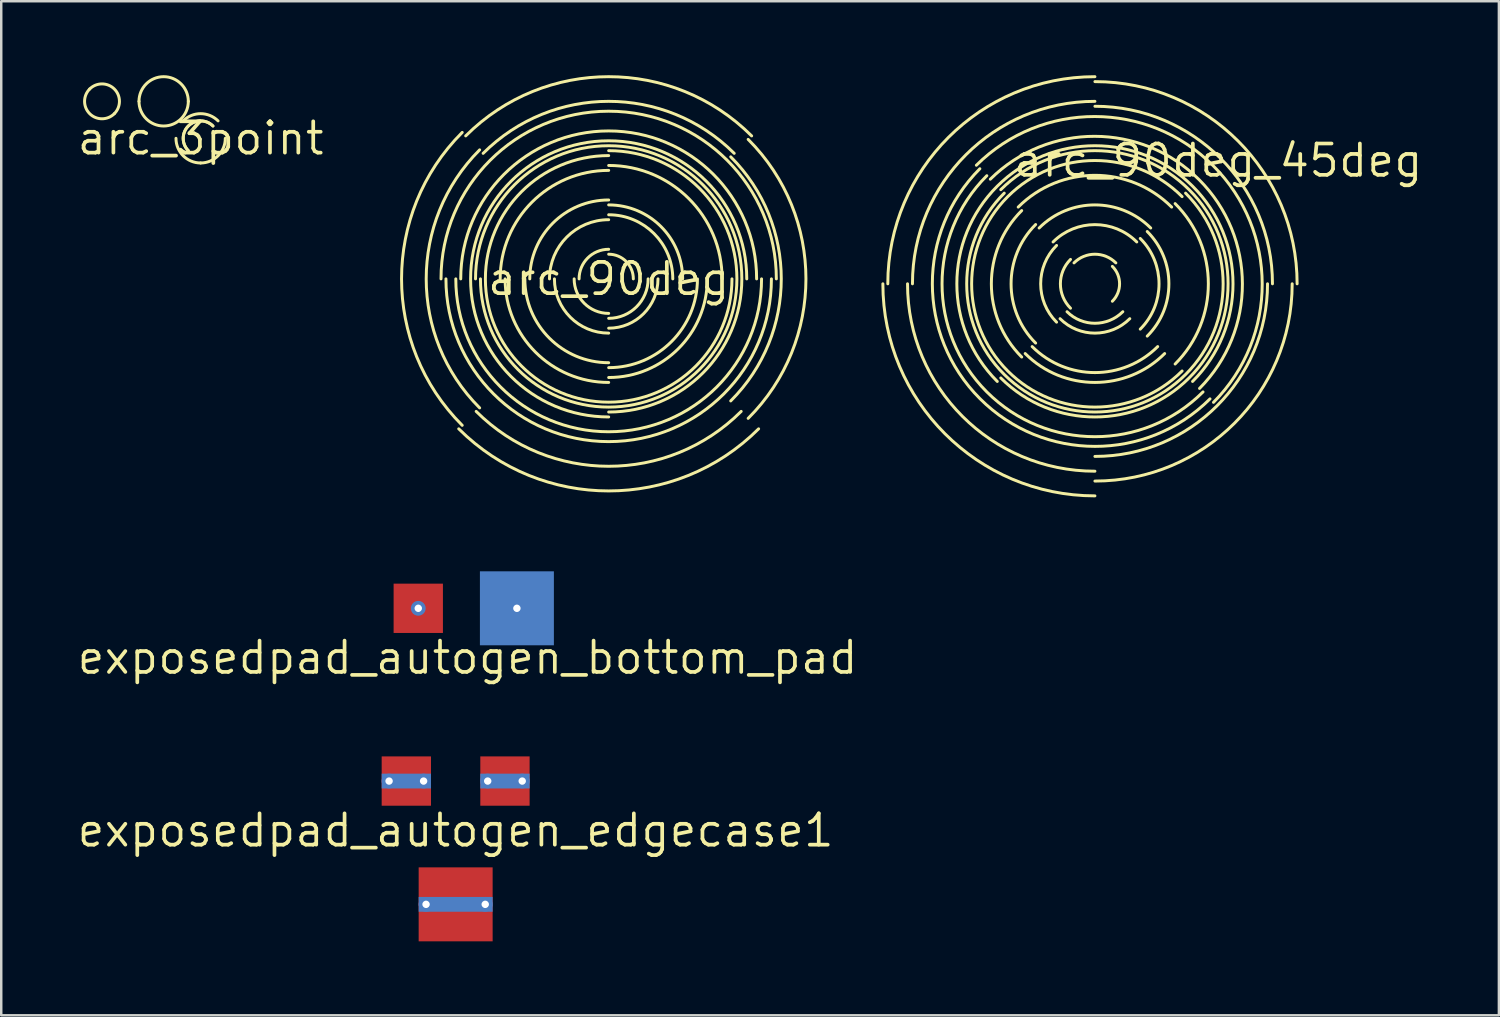
<source format=kicad_pcb>
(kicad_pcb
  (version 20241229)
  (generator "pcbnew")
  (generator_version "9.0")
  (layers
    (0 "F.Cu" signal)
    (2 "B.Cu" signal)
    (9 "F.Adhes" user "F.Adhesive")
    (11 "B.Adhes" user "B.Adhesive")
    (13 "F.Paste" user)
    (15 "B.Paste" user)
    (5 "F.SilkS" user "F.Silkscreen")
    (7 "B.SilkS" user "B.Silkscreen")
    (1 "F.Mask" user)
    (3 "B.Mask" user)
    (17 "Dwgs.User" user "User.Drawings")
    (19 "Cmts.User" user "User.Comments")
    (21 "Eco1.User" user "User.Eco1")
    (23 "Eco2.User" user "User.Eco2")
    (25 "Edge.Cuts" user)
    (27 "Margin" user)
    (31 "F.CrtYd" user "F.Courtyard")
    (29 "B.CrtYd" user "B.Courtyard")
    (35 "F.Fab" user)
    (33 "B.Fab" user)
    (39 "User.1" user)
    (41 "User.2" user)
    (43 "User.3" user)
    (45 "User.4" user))
  (footprint "exposedpad_autogen_edgecase1"
    (layer "F.Cu")
    (at 15.429 30.626)
    (property "Reference" "exposedpad_autogen_edgecase1" (at 0 0 0) (layer "F.SilkS") (effects (font (size 1.27 1.27) (thickness 0.15))))
    (attr smd)
    (pad "" smd custom (at -2 -2.5) (size 0.771 0.771) (layers "F.Paste") (options (anchor circle)) (primitives (gr_poly (pts (xy -0.564 -0.403) (xy 0.564 -0.403) (xy 0.564 0.353) (xy 0.514 0.403) (xy -0.514 0.403) (xy -0.564 0.353)) (width 0) (fill yes))))
    (pad "" smd custom (at -2 -1.5) (size 0.771 0.771) (layers "F.Paste") (options (anchor circle)) (primitives (gr_poly (pts (xy -0.564 -0.353) (xy -0.514 -0.403) (xy 0.514 -0.403) (xy 0.564 -0.353) (xy 0.564 0.403) (xy -0.564 0.403)) (width 0) (fill yes))))
    (pad "" smd rect (at 0 2.5) (size 1.61 0.81) (layers "F.Paste"))
    (pad "" smd rect (at 0 3) (size 2 2) (layers "F.Mask"))
    (pad "" smd rect (at 0 3.5) (size 1.61 0.81) (layers "F.Paste"))
    (pad "" smd custom (at 2 -2.5) (size 0.771 0.771) (layers "F.Paste") (options (anchor circle)) (primitives (gr_poly (pts (xy -0.564 -0.403) (xy 0.564 -0.403) (xy 0.564 0.353) (xy 0.514 0.403) (xy -0.514 0.403) (xy -0.564 0.353)) (width 0) (fill yes))))
    (pad "" smd custom (at 2 -1.5) (size 0.771 0.771) (layers "F.Paste") (options (anchor circle)) (primitives (gr_poly (pts (xy -0.564 -0.353) (xy -0.514 -0.403) (xy 0.514 -0.403) (xy 0.564 -0.353) (xy 0.564 0.403) (xy -0.564 0.403)) (width 0) (fill yes))))
    (pad "3" thru_hole circle (at -2.7 -2) (size 0.6 0.6) (drill 0.3) (property pad_prop_heatsink) (layers "*.Cu"))
    (pad "3" smd rect (at -2 -2) (size 2 0.6) (property pad_prop_heatsink) (layers "B.Cu"))
    (pad "3" smd rect (at -2 -2) (size 2 2) (property pad_prop_heatsink) (layers "F.Cu" "F.Mask"))
    (pad "3" thru_hole circle (at -1.3 -2) (size 0.6 0.6) (drill 0.3) (property pad_prop_heatsink) (layers "*.Cu"))
    (pad "3" thru_hole circle (at -1.2 3) (size 0.6 0.6) (drill 0.3) (property pad_prop_heatsink) (layers "*.Cu"))
    (pad "3" smd rect (at 0 3) (size 3 0.6) (property pad_prop_heatsink) (layers "B.Cu"))
    (pad "3" smd rect (at 0 3) (size 3 3) (property pad_prop_heatsink) (layers "F.Cu"))
    (pad "3" thru_hole circle (at 1.2 3) (size 0.6 0.6) (drill 0.3) (property pad_prop_heatsink) (layers "*.Cu"))
    (pad "3" thru_hole circle (at 1.3 -2) (size 0.6 0.6) (drill 0.3) (property pad_prop_heatsink) (layers "*.Cu"))
    (pad "3" smd rect (at 2 -2) (size 2 0.6) (property pad_prop_heatsink) (layers "B.Cu"))
    (pad "3" smd rect (at 2 -2) (size 2 2) (property pad_prop_heatsink) (layers "F.Cu" "F.Mask"))
    (pad "3" thru_hole circle (at 2.7 -2) (size 0.6 0.6) (drill 0.3) (property pad_prop_heatsink) (layers "*.Cu")))
  (footprint "arc_3point"
    (layer "F.Cu")
    (at 5.087 2.56)
    (property "Reference" "arc_3point" (at 0 0 0) (layer "F.SilkS") (effects (font (size 1.27 1.27) (thickness 0.15))))
    (attr smd)
    (fp_arc (start -4.5 -2) (mid -3.5 -2) (end -3.5 -1) (stroke (width 0.12) (type solid)) (layer "F.SilkS"))
    (fp_arc (start -3.5 -1) (mid -4.5 -1) (end -4.5 -2) (stroke (width 0.12) (type solid)) (layer "F.SilkS"))
    (fp_arc (start -2.5 -1.5) (mid -1.5 -2.5) (end -0.5 -1.5) (stroke (width 0.12) (type solid)) (layer "F.SilkS"))
    (fp_arc (start -0.707107 -0.707107) (mid 0 -1) (end 0.707107 -0.707107) (stroke (width 0.12) (type solid)) (layer "F.SilkS"))
    (fp_arc (start -0.5 -1.5) (mid -1.5 -0.5) (end -2.5 -1.5) (stroke (width 0.12) (type solid)) (layer "F.SilkS"))
    (fp_arc (start -0.5 0.5) (mid -0.5 -0.5) (end 0.5 -0.5) (stroke (width 0.12) (type solid)) (layer "F.SilkS"))
    (fp_arc (start -0.5 0.5) (mid -0.5 -0.5) (end 0.5 -0.5) (stroke (width 0.12) (type solid)) (layer "F.SilkS"))
    (fp_arc (start 0 1) (mid -0.707107 0.707107) (end -1 0) (stroke (width 0.12) (type solid)) (layer "F.SilkS"))
    (fp_arc (start 1 0) (mid 0.707107 0.707107) (end 0 1) (stroke (width 0.12) (type solid)) (layer "F.SilkS")))
  (footprint "arc_90deg"
    (layer "F.Cu")
    (at 21.635 8.26)
    (property "Reference" "arc_90deg" (at 0 0 0) (layer "F.SilkS") (effects (font (size 1.27 1.27) (thickness 0.15))))
    (attr smd)
    (fp_arc (start -6.8 0) (mid 0 -6.8) (end 6.8 0) (stroke (width 0.12) (type solid)) (layer "F.SilkS"))
    (fp_arc (start -6 0) (mid 0 -6) (end 6 0) (stroke (width 0.12) (type solid)) (layer "F.SilkS"))
    (fp_arc (start -5.939697 5.939697) (mid -8.4 0) (end -5.939697 -5.939697) (stroke (width 0.12) (type solid)) (layer "F.SilkS"))
    (fp_arc (start -5.798276 -5.798276) (mid 0 -8.2) (end 5.798276 -5.798276) (stroke (width 0.12) (type solid)) (layer "F.SilkS"))
    (fp_arc (start -5.4 0) (mid 3.818377 -3.818377) (end 0 5.4) (stroke (width 0.12) (type solid)) (layer "F.SilkS"))
    (fp_arc (start -5.23259 5.23259) (mid -7.4 0) (end -5.23259 -5.23259) (stroke (width 0.12) (type solid)) (layer "F.SilkS"))
    (fp_arc (start -5.091169 -5.091169) (mid 0 -7.2) (end 5.091169 -5.091169) (stroke (width 0.12) (type solid)) (layer "F.SilkS"))
    (fp_arc (start -4.4 0) (mid -3.11127 -3.11127) (end 0 -4.4) (stroke (width 0.12) (type solid)) (layer "F.SilkS"))
    (fp_arc (start -3.2 0) (mid -2.262742 -2.262742) (end 0 -3.2) (stroke (width 0.12) (type solid)) (layer "F.SilkS"))
    (fp_arc (start -2.4 0) (mid -1.697056 -1.697056) (end 0 -2.4) (stroke (width 0.12) (type solid)) (layer "F.SilkS"))
    (fp_arc (start -1.2 0) (mid -0.848528 -0.848528) (end 0 -1.2) (stroke (width 0.12) (type solid)) (layer "F.SilkS"))
    (fp_arc (start 0 -5.2) (mid 3.676955 3.676955) (end -5.2 0) (stroke (width 0.12) (type solid)) (layer "F.SilkS"))
    (fp_arc (start 0 -4.6) (mid 3.252691 -3.252691) (end 4.6 0) (stroke (width 0.12) (type solid)) (layer "F.SilkS"))
    (fp_arc (start 0 -3) (mid 2.12132 -2.12132) (end 3 0) (stroke (width 0.12) (type solid)) (layer "F.SilkS"))
    (fp_arc (start 0 -2.6) (mid 1.838478 -1.838478) (end 2.6 0) (stroke (width 0.12) (type solid)) (layer "F.SilkS"))
    (fp_arc (start 0 -1) (mid 0.707107 -0.707107) (end 1 0) (stroke (width 0.12) (type solid)) (layer "F.SilkS"))
    (fp_arc (start 0 1.4) (mid -0.989949 0.989949) (end -1.4 0) (stroke (width 0.12) (type solid)) (layer "F.SilkS"))
    (fp_arc (start 0 2.2) (mid -1.555635 1.555635) (end -2.2 0) (stroke (width 0.12) (type solid)) (layer "F.SilkS"))
    (fp_arc (start 0 3.4) (mid -2.404163 2.404163) (end -3.4 0) (stroke (width 0.12) (type solid)) (layer "F.SilkS"))
    (fp_arc (start 0 4.2) (mid -2.969848 2.969848) (end -4.2 0) (stroke (width 0.12) (type solid)) (layer "F.SilkS"))
    (fp_arc (start 0 5.6) (mid -3.959798 -3.959798) (end 5.6 0) (stroke (width 0.12) (type solid)) (layer "F.SilkS"))
    (fp_arc (start 1.6 0) (mid 1.131371 1.131371) (end 0 1.6) (stroke (width 0.12) (type solid)) (layer "F.SilkS"))
    (fp_arc (start 2 0) (mid 1.414214 1.414214) (end 0 2) (stroke (width 0.12) (type solid)) (layer "F.SilkS"))
    (fp_arc (start 3.6 0) (mid 2.545584 2.545584) (end 0 3.6) (stroke (width 0.12) (type solid)) (layer "F.SilkS"))
    (fp_arc (start 4 0) (mid 2.828427 2.828427) (end 0 4) (stroke (width 0.12) (type solid)) (layer "F.SilkS"))
    (fp_arc (start 4.949747 -4.949747) (mid 7 0) (end 4.949747 4.949747) (stroke (width 0.12) (type solid)) (layer "F.SilkS"))
    (fp_arc (start 5 0) (mid -3.535534 3.535534) (end 0 -5) (stroke (width 0.12) (type solid)) (layer "F.SilkS"))
    (fp_arc (start 5.374012 5.374012) (mid 0 7.6) (end -5.374012 5.374012) (stroke (width 0.12) (type solid)) (layer "F.SilkS"))
    (fp_arc (start 5.656854 -5.656854) (mid 8 0) (end 5.656854 5.656854) (stroke (width 0.12) (type solid)) (layer "F.SilkS"))
    (fp_arc (start 6.081118 6.081118) (mid 0 8.6) (end -6.081118 6.081118) (stroke (width 0.12) (type solid)) (layer "F.SilkS"))
    (fp_arc (start 6.2 0) (mid 0 6.2) (end -6.2 0) (stroke (width 0.12) (type solid)) (layer "F.SilkS"))
    (fp_arc (start 6.6 0) (mid 0 6.6) (end -6.6 0) (stroke (width 0.12) (type solid)) (layer "F.SilkS")))
  (footprint "arc_90deg_45deg"
    (layer "F.Cu")
    (at 46.355 3.46)
    (property "Reference" "arc_90deg_45deg" (at 0 0 0) (layer "F.SilkS") (effects (font (size 1.27 1.27) (thickness 0.15))))
    (attr smd)
    (fp_arc (start -13.4 5) (mid -10.939697 -0.939697) (end -5 -3.4) (stroke (width 0.12) (type solid)) (layer "F.SilkS"))
    (fp_arc (start -12.4 5) (mid -10.23259 -0.23259) (end -5 -2.4) (stroke (width 0.12) (type solid)) (layer "F.SilkS"))
    (fp_arc (start -9.808326 0.191674) (mid -0.191674 0.191674) (end -0.191674 9.808326) (stroke (width 0.12) (type solid)) (layer "F.SilkS"))
    (fp_arc (start -9.242641 0.757359) (mid -0.757359 0.757359) (end -0.757359 9.242641) (stroke (width 0.12) (type solid)) (layer "F.SilkS"))
    (fp_arc (start -8.959798 8.959798) (mid -5 -0.6) (end -1.040202 8.959798) (stroke (width 0.12) (type solid)) (layer "F.SilkS"))
    (fp_arc (start -8.818377 1.181623) (mid 0.4 5) (end -8.818377 8.818377) (stroke (width 0.12) (type solid)) (layer "F.SilkS"))
    (fp_arc (start -8.11127 1.88873) (mid -5 0.6) (end -1.88873 1.88873) (stroke (width 0.12) (type solid)) (layer "F.SilkS"))
    (fp_arc (start -7.969848 7.969848) (mid -9.2 5) (end -7.969848 2.030152) (stroke (width 0.12) (type solid)) (layer "F.SilkS"))
    (fp_arc (start -7.404163 7.404163) (mid -8.4 5) (end -7.404163 2.595837) (stroke (width 0.12) (type solid)) (layer "F.SilkS"))
    (fp_arc (start -7.262742 2.737258) (mid -5 1.8) (end -2.737258 2.737258) (stroke (width 0.12) (type solid)) (layer "F.SilkS"))
    (fp_arc (start -6.697056 3.302944) (mid -5 2.6) (end -3.302944 3.302944) (stroke (width 0.12) (type solid)) (layer "F.SilkS"))
    (fp_arc (start -6.555635 6.555635) (mid -7.2 5) (end -6.555635 3.444365) (stroke (width 0.12) (type solid)) (layer "F.SilkS"))
    (fp_arc (start -5.989949 5.989949) (mid -6.4 5) (end -5.989949 4.010051) (stroke (width 0.12) (type solid)) (layer "F.SilkS"))
    (fp_arc (start -5.848528 4.151472) (mid -5 3.8) (end -4.151472 4.151472) (stroke (width 0.12) (type solid)) (layer "F.SilkS"))
    (fp_arc (start -5 -3.2) (mid 0.798276 -0.798276) (end 3.2 5) (stroke (width 0.12) (type solid)) (layer "F.SilkS"))
    (fp_arc (start -5 -2.2) (mid 0.091169 -0.091169) (end 2.2 5) (stroke (width 0.12) (type solid)) (layer "F.SilkS"))
    (fp_arc (start -5 12.6) (mid -10.374012 10.374012) (end -12.6 5) (stroke (width 0.12) (type solid)) (layer "F.SilkS"))
    (fp_arc (start -5 13.6) (mid -11.081118 11.081118) (end -13.6 5) (stroke (width 0.12) (type solid)) (layer "F.SilkS"))
    (fp_arc (start -4.292893 4.292893) (mid -4 5) (end -4.292893 5.707107) (stroke (width 0.12) (type solid)) (layer "F.SilkS"))
    (fp_arc (start -3.868629 6.131371) (mid -5 6.6) (end -6.131371 6.131371) (stroke (width 0.12) (type solid)) (layer "F.SilkS"))
    (fp_arc (start -3.585786 6.414214) (mid -5 7) (end -6.414214 6.414214) (stroke (width 0.12) (type solid)) (layer "F.SilkS"))
    (fp_arc (start -3.161522 3.161522) (mid -2.4 5) (end -3.161522 6.838478) (stroke (width 0.12) (type solid)) (layer "F.SilkS"))
    (fp_arc (start -2.87868 2.87868) (mid -2 5) (end -2.87868 7.12132) (stroke (width 0.12) (type solid)) (layer "F.SilkS"))
    (fp_arc (start -2.454416 7.545584) (mid -5 8.6) (end -7.545584 7.545584) (stroke (width 0.12) (type solid)) (layer "F.SilkS"))
    (fp_arc (start -2.171573 7.828427) (mid -5 9) (end -7.828427 7.828427) (stroke (width 0.12) (type solid)) (layer "F.SilkS"))
    (fp_arc (start -1.747309 1.747309) (mid -0.4 5) (end -1.747309 8.252691) (stroke (width 0.12) (type solid)) (layer "F.SilkS"))
    (fp_arc (start -1.464466 8.535534) (mid -10 5) (end -1.464466 1.464466) (stroke (width 0.12) (type solid)) (layer "F.SilkS"))
    (fp_arc (start -1.323045 1.323045) (mid -5 10.2) (end -8.676955 1.323045) (stroke (width 0.12) (type solid)) (layer "F.SilkS"))
    (fp_arc (start -0.615938 9.384062) (mid -9.384062 9.384062) (end -9.384062 0.615938) (stroke (width 0.12) (type solid)) (layer "F.SilkS"))
    (fp_arc (start -0.333095 9.666905) (mid -9.666905 9.666905) (end -9.666905 0.333095) (stroke (width 0.12) (type solid)) (layer "F.SilkS"))
    (fp_arc (start 2 5) (mid -0.050253 9.949747) (end -5 12) (stroke (width 0.12) (type solid)) (layer "F.SilkS"))
    (fp_arc (start 3 5) (mid 0.656854 10.656854) (end -5 13) (stroke (width 0.12) (type solid)) (layer "F.SilkS")))
  (footprint "exposedpad_autogen_bottom_pad"
    (layer "F.Cu")
    (at 15.913 23.62)
    (property "Reference" "exposedpad_autogen_bottom_pad" (at 0 0 0) (layer "F.SilkS") (effects (font (size 1.27 1.27) (thickness 0.15))))
    (attr smd)
    (pad "" smd rect (at -2 -2) (size 1.61 1.61) (layers "F.Paste"))
    (pad "" smd rect (at 2 -2) (size 1.61 1.61) (layers "F.Paste"))
    (pad "3" thru_hole circle (at -2 -2) (size 0.6 0.6) (drill 0.3) (property pad_prop_heatsink) (layers "*.Cu"))
    (pad "3" smd rect (at -2 -2) (size 2 2) (property pad_prop_heatsink) (layers "F.Cu" "F.Mask"))
    (pad "3" thru_hole circle (at 2 -2) (size 0.6 0.6) (drill 0.3) (property pad_prop_heatsink) (layers "*.Cu"))
    (pad "3" smd rect (at 2 -2) (size 2 2) (property pad_prop_heatsink) (layers "F.Cu" "F.Mask"))
    (pad "3" smd rect (at 2 -2) (size 3 3) (property pad_prop_heatsink) (layers "B.Cu" "B.Mask")))
  (gr_rect
    (start -3 -3)
    (end 57.738 38.126)
    (stroke (width 0.1) (type default))
    (fill no)
    (layer "Edge.Cuts")))
</source>
